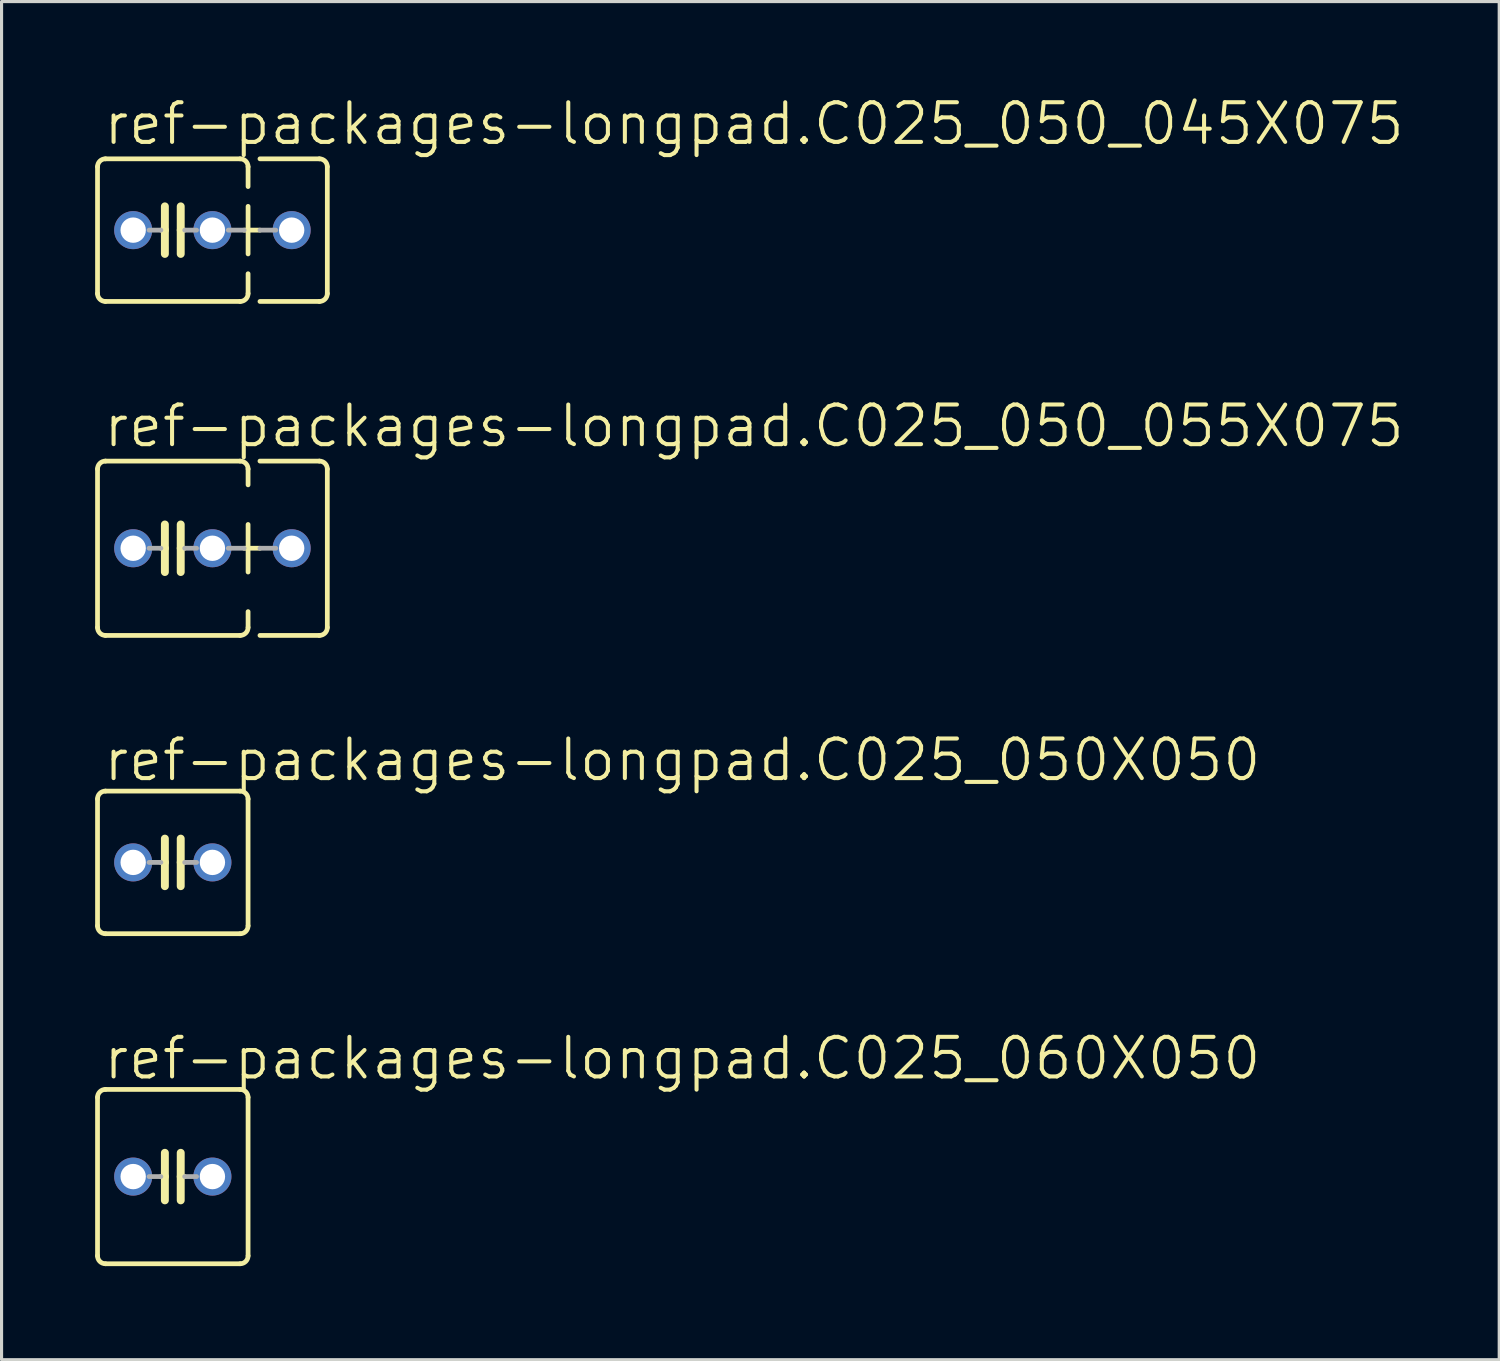
<source format=kicad_pcb>
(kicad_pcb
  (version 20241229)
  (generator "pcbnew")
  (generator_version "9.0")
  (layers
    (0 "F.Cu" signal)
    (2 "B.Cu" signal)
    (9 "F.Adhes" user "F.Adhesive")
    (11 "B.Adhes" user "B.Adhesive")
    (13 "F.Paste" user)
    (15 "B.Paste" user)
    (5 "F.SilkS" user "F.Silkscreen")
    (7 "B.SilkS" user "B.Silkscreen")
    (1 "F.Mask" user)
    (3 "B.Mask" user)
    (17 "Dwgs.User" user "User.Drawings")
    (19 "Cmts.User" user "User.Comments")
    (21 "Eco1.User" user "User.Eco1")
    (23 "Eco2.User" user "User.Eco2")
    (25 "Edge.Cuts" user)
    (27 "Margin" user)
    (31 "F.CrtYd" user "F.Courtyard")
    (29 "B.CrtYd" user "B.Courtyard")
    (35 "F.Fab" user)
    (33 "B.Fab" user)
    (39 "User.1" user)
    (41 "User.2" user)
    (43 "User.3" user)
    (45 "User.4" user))
  (footprint "ref-packages-longpad.C025_050_045X075"
    (layer "F.Cu")
    (at 2.489 4.327)
    (property "Reference" "ref-packages-longpad.C025_050_045X075" (at -2.286 -2.667 0) (layer "F.SilkS") (effects (font (size 1.27 1.27) (thickness 0.13)) (justify left bottom)))
    (attr through_hole)
    (fp_line (start -2.413 -2.032) (end -2.413 2.032) (stroke (width 0.152) (type default)) (layer "F.SilkS"))
    (fp_line (start -2.159 -2.286) (end 2.159 -2.286) (stroke (width 0.152) (type default)) (layer "F.SilkS"))
    (fp_line (start -0.254 -0.762) (end -0.254 0) (stroke (width 0.254) (type default)) (layer "F.SilkS"))
    (fp_line (start -0.254 0) (end -0.381 0) (stroke (width 0.152) (type default)) (layer "F.SilkS"))
    (fp_line (start -0.254 0) (end -0.254 0.762) (stroke (width 0.254) (type default)) (layer "F.SilkS"))
    (fp_line (start 0.254 0) (end 0.254 -0.762) (stroke (width 0.254) (type default)) (layer "F.SilkS"))
    (fp_line (start 0.254 0) (end 0.254 0.762) (stroke (width 0.254) (type default)) (layer "F.SilkS"))
    (fp_line (start 0.381 0) (end 0.254 0) (stroke (width 0.152) (type default)) (layer "F.SilkS"))
    (fp_line (start 2.159 2.286) (end -2.159 2.286) (stroke (width 0.152) (type default)) (layer "F.SilkS"))
    (fp_line (start 2.286 0) (end 2.794 0) (stroke (width 0.152) (type default)) (layer "F.SilkS"))
    (fp_line (start 2.413 -2.032) (end 2.413 -1.397) (stroke (width 0.152) (type default)) (layer "F.SilkS"))
    (fp_line (start 2.413 -0.762) (end 2.413 0.762) (stroke (width 0.152) (type default)) (layer "F.SilkS"))
    (fp_line (start 2.413 1.397) (end 2.413 2.032) (stroke (width 0.152) (type default)) (layer "F.SilkS"))
    (fp_line (start 2.794 -2.286) (end 4.699 -2.286) (stroke (width 0.152) (type default)) (layer "F.SilkS"))
    (fp_line (start 4.699 2.286) (end 2.794 2.286) (stroke (width 0.152) (type default)) (layer "F.SilkS"))
    (fp_line (start 4.953 -2.032) (end 4.953 2.032) (stroke (width 0.152) (type default)) (layer "F.SilkS"))
    (fp_arc (start -2.413 -2.032) (mid -2.338605 -2.211605) (end -2.159 -2.286) (stroke (width 0.1524) (type default)) (layer "F.SilkS"))
    (fp_arc (start -2.159 2.286) (mid -2.338605 2.211605) (end -2.413 2.032) (stroke (width 0.1524) (type default)) (layer "F.SilkS"))
    (fp_arc (start 2.159 -2.286) (mid 2.338605 -2.211605) (end 2.413 -2.032) (stroke (width 0.1524) (type default)) (layer "F.SilkS"))
    (fp_arc (start 2.413 2.032) (mid 2.338605 2.211605) (end 2.159 2.286) (stroke (width 0.1524) (type default)) (layer "F.SilkS"))
    (fp_arc (start 4.699 -2.286) (mid 4.878605 -2.211605) (end 4.953 -2.032) (stroke (width 0.1524) (type default)) (layer "F.SilkS"))
    (fp_arc (start 4.953 2.032) (mid 4.878605 2.211605) (end 4.699 2.286) (stroke (width 0.1524) (type default)) (layer "F.SilkS"))
    (fp_line (start -0.381 0) (end -0.762 0) (stroke (width 0.152) (type default)) (layer "F.Fab"))
    (fp_line (start 0.381 0) (end 0.762 0) (stroke (width 0.152) (type default)) (layer "F.Fab"))
    (fp_line (start 2.286 0) (end 1.778 0) (stroke (width 0.152) (type default)) (layer "F.Fab"))
    (fp_line (start 2.794 0) (end 3.302 0) (stroke (width 0.152) (type default)) (layer "F.Fab"))
    (pad "1" thru_hole circle (at -1.27 0) (size 1.219 1.219) (drill 0.813) (layers "*.Cu" "*.Mask"))
    (pad "2" thru_hole circle (at 1.27 0) (size 1.219 1.219) (drill 0.813) (layers "*.Cu" "*.Mask"))
    (pad "3" thru_hole circle (at 3.81 0) (size 1.219 1.219) (drill 0.813) (layers "*.Cu" "*.Mask")))
  (footprint "ref-packages-longpad.C025_050_055X075"
    (layer "F.Cu")
    (at 2.489 14.524)
    (property "Reference" "ref-packages-longpad.C025_050_055X075" (at -2.286 -3.175 0) (layer "F.SilkS") (effects (font (size 1.27 1.27) (thickness 0.13)) (justify left bottom)))
    (attr through_hole)
    (fp_line (start -2.413 -2.54) (end -2.413 2.54) (stroke (width 0.152) (type default)) (layer "F.SilkS"))
    (fp_line (start -2.159 -2.794) (end 2.159 -2.794) (stroke (width 0.152) (type default)) (layer "F.SilkS"))
    (fp_line (start -0.254 -0.762) (end -0.254 0) (stroke (width 0.254) (type default)) (layer "F.SilkS"))
    (fp_line (start -0.254 0) (end -0.381 0) (stroke (width 0.152) (type default)) (layer "F.SilkS"))
    (fp_line (start -0.254 0) (end -0.254 0.762) (stroke (width 0.254) (type default)) (layer "F.SilkS"))
    (fp_line (start 0.254 0) (end 0.254 -0.762) (stroke (width 0.254) (type default)) (layer "F.SilkS"))
    (fp_line (start 0.254 0) (end 0.254 0.762) (stroke (width 0.254) (type default)) (layer "F.SilkS"))
    (fp_line (start 0.381 0) (end 0.254 0) (stroke (width 0.152) (type default)) (layer "F.SilkS"))
    (fp_line (start 2.159 2.794) (end -2.159 2.794) (stroke (width 0.152) (type default)) (layer "F.SilkS"))
    (fp_line (start 2.286 0) (end 2.794 0) (stroke (width 0.152) (type default)) (layer "F.SilkS"))
    (fp_line (start 2.413 -2.54) (end 2.413 -2.032) (stroke (width 0.152) (type default)) (layer "F.SilkS"))
    (fp_line (start 2.413 -0.762) (end 2.413 0.762) (stroke (width 0.152) (type default)) (layer "F.SilkS"))
    (fp_line (start 2.413 2.032) (end 2.413 2.54) (stroke (width 0.152) (type default)) (layer "F.SilkS"))
    (fp_line (start 2.794 -2.794) (end 4.699 -2.794) (stroke (width 0.152) (type default)) (layer "F.SilkS"))
    (fp_line (start 4.699 2.794) (end 2.794 2.794) (stroke (width 0.152) (type default)) (layer "F.SilkS"))
    (fp_line (start 4.953 -2.54) (end 4.953 2.54) (stroke (width 0.152) (type default)) (layer "F.SilkS"))
    (fp_arc (start -2.413 -2.54) (mid -2.338605 -2.719605) (end -2.159 -2.794) (stroke (width 0.1524) (type default)) (layer "F.SilkS"))
    (fp_arc (start -2.159 2.794) (mid -2.338605 2.719605) (end -2.413 2.54) (stroke (width 0.1524) (type default)) (layer "F.SilkS"))
    (fp_arc (start 2.159 -2.794) (mid 2.338605 -2.719605) (end 2.413 -2.54) (stroke (width 0.1524) (type default)) (layer "F.SilkS"))
    (fp_arc (start 2.413 2.54) (mid 2.338605 2.719605) (end 2.159 2.794) (stroke (width 0.1524) (type default)) (layer "F.SilkS"))
    (fp_arc (start 4.699 -2.794) (mid 4.878605 -2.719605) (end 4.953 -2.54) (stroke (width 0.1524) (type default)) (layer "F.SilkS"))
    (fp_arc (start 4.953 2.54) (mid 4.878605 2.719605) (end 4.699 2.794) (stroke (width 0.1524) (type default)) (layer "F.SilkS"))
    (fp_line (start -0.381 0) (end -0.762 0) (stroke (width 0.152) (type default)) (layer "F.Fab"))
    (fp_line (start 0.381 0) (end 0.762 0) (stroke (width 0.152) (type default)) (layer "F.Fab"))
    (fp_line (start 1.778 0) (end 2.286 0) (stroke (width 0.152) (type default)) (layer "F.Fab"))
    (fp_line (start 2.794 0) (end 3.302 0) (stroke (width 0.152) (type default)) (layer "F.Fab"))
    (pad "1" thru_hole circle (at -1.27 0) (size 1.219 1.219) (drill 0.813) (layers "*.Cu" "*.Mask"))
    (pad "2" thru_hole circle (at 1.27 0) (size 1.219 1.219) (drill 0.813) (layers "*.Cu" "*.Mask"))
    (pad "3" thru_hole circle (at 3.81 0) (size 1.219 1.219) (drill 0.813) (layers "*.Cu" "*.Mask")))
  (footprint "ref-packages-longpad.C025_060X050"
    (layer "F.Cu")
    (at 2.489 34.665)
    (property "Reference" "ref-packages-longpad.C025_060X050" (at -2.286 -3.048 0) (layer "F.SilkS") (effects (font (size 1.27 1.27) (thickness 0.13)) (justify left bottom)))
    (attr through_hole)
    (fp_line (start -2.413 -2.54) (end -2.413 2.54) (stroke (width 0.152) (type default)) (layer "F.SilkS"))
    (fp_line (start -2.159 -2.794) (end 2.159 -2.794) (stroke (width 0.152) (type default)) (layer "F.SilkS"))
    (fp_line (start -0.254 -0.762) (end -0.254 0) (stroke (width 0.254) (type default)) (layer "F.SilkS"))
    (fp_line (start -0.254 0) (end -0.381 0) (stroke (width 0.152) (type default)) (layer "F.SilkS"))
    (fp_line (start -0.254 0) (end -0.254 0.762) (stroke (width 0.254) (type default)) (layer "F.SilkS"))
    (fp_line (start 0.254 0) (end 0.254 -0.762) (stroke (width 0.254) (type default)) (layer "F.SilkS"))
    (fp_line (start 0.254 0) (end 0.254 0.762) (stroke (width 0.254) (type default)) (layer "F.SilkS"))
    (fp_line (start 0.381 0) (end 0.254 0) (stroke (width 0.152) (type default)) (layer "F.SilkS"))
    (fp_line (start 2.159 2.794) (end -2.159 2.794) (stroke (width 0.152) (type default)) (layer "F.SilkS"))
    (fp_line (start 2.413 -2.54) (end 2.413 2.54) (stroke (width 0.152) (type default)) (layer "F.SilkS"))
    (fp_arc (start -2.413 -2.54) (mid -2.338605 -2.719605) (end -2.159 -2.794) (stroke (width 0.1524) (type default)) (layer "F.SilkS"))
    (fp_arc (start -2.159 2.794) (mid -2.338605 2.719605) (end -2.413 2.54) (stroke (width 0.1524) (type default)) (layer "F.SilkS"))
    (fp_arc (start 2.159 -2.794) (mid 2.338605 -2.719605) (end 2.413 -2.54) (stroke (width 0.1524) (type default)) (layer "F.SilkS"))
    (fp_arc (start 2.413 2.54) (mid 2.338605 2.719605) (end 2.159 2.794) (stroke (width 0.1524) (type default)) (layer "F.SilkS"))
    (fp_line (start -0.381 0) (end -0.762 0) (stroke (width 0.152) (type default)) (layer "F.Fab"))
    (fp_line (start 0.762 0) (end 0.381 0) (stroke (width 0.152) (type default)) (layer "F.Fab"))
    (pad "1" thru_hole circle (at -1.27 0) (size 1.219 1.219) (drill 0.813) (layers "*.Cu" "*.Mask"))
    (pad "2" thru_hole circle (at 1.27 0) (size 1.219 1.219) (drill 0.813) (layers "*.Cu" "*.Mask")))
  (footprint "ref-packages-longpad.C025_050X050"
    (layer "F.Cu")
    (at 2.489 24.594)
    (property "Reference" "ref-packages-longpad.C025_050X050" (at -2.286 -2.54 0) (layer "F.SilkS") (effects (font (size 1.27 1.27) (thickness 0.13)) (justify left bottom)))
    (attr through_hole)
    (fp_line (start -2.413 -2.032) (end -2.413 2.032) (stroke (width 0.152) (type default)) (layer "F.SilkS"))
    (fp_line (start -2.159 -2.286) (end 2.159 -2.286) (stroke (width 0.152) (type default)) (layer "F.SilkS"))
    (fp_line (start -0.254 -0.762) (end -0.254 0) (stroke (width 0.254) (type default)) (layer "F.SilkS"))
    (fp_line (start -0.254 0) (end -0.381 0) (stroke (width 0.152) (type default)) (layer "F.SilkS"))
    (fp_line (start -0.254 0) (end -0.254 0.762) (stroke (width 0.254) (type default)) (layer "F.SilkS"))
    (fp_line (start 0.254 0) (end 0.254 -0.762) (stroke (width 0.254) (type default)) (layer "F.SilkS"))
    (fp_line (start 0.254 0) (end 0.254 0.762) (stroke (width 0.254) (type default)) (layer "F.SilkS"))
    (fp_line (start 0.381 0) (end 0.254 0) (stroke (width 0.152) (type default)) (layer "F.SilkS"))
    (fp_line (start 2.159 2.286) (end -2.159 2.286) (stroke (width 0.152) (type default)) (layer "F.SilkS"))
    (fp_line (start 2.413 -2.032) (end 2.413 2.032) (stroke (width 0.152) (type default)) (layer "F.SilkS"))
    (fp_arc (start -2.413 -2.032) (mid -2.338605 -2.211605) (end -2.159 -2.286) (stroke (width 0.1524) (type default)) (layer "F.SilkS"))
    (fp_arc (start -2.159 2.286) (mid -2.338605 2.211605) (end -2.413 2.032) (stroke (width 0.1524) (type default)) (layer "F.SilkS"))
    (fp_arc (start 2.159 -2.286) (mid 2.338605 -2.211605) (end 2.413 -2.032) (stroke (width 0.1524) (type default)) (layer "F.SilkS"))
    (fp_arc (start 2.413 2.032) (mid 2.338605 2.211605) (end 2.159 2.286) (stroke (width 0.1524) (type default)) (layer "F.SilkS"))
    (fp_line (start -0.381 0) (end -0.762 0) (stroke (width 0.152) (type default)) (layer "F.Fab"))
    (fp_line (start 0.762 0) (end 0.381 0) (stroke (width 0.152) (type default)) (layer "F.Fab"))
    (pad "1" thru_hole circle (at -1.27 0) (size 1.219 1.219) (drill 0.813) (layers "*.Cu" "*.Mask"))
    (pad "2" thru_hole circle (at 1.27 0) (size 1.219 1.219) (drill 0.813) (layers "*.Cu" "*.Mask")))
  (gr_rect
    (start -3 -3)
    (end 45.007 40.535)
    (stroke (width 0.1) (type default))
    (fill no)
    (layer "Edge.Cuts")))
</source>
